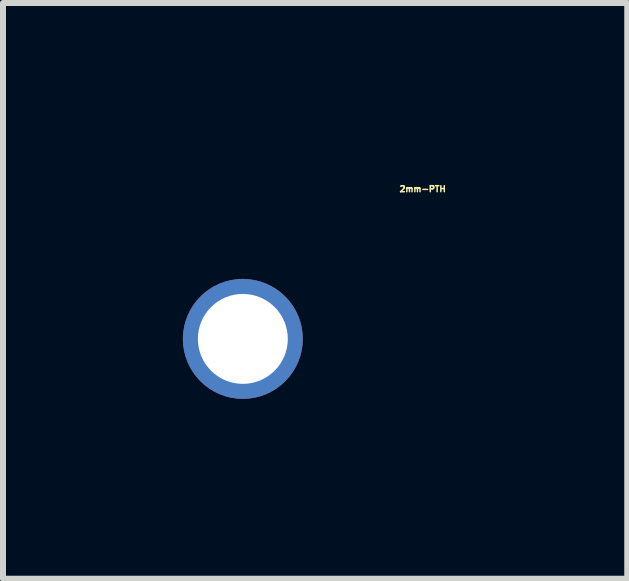
<source format=kicad_pcb>
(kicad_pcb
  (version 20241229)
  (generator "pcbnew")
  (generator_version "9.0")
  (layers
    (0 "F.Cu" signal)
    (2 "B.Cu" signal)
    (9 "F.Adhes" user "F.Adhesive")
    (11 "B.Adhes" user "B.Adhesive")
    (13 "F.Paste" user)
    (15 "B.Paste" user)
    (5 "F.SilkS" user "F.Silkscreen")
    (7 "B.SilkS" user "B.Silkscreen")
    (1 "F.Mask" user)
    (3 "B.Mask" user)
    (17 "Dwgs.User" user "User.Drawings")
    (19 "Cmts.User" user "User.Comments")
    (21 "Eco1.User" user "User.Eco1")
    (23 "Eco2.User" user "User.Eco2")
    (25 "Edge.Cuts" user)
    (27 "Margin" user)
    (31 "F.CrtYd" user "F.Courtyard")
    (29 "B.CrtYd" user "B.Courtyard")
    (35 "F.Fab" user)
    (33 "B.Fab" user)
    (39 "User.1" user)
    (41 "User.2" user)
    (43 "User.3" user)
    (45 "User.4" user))
  (footprint "2mm-PTH"
    (layer "F.Cu")
    (at 1 2.602)
    (property "Reference" "2mm-PTH" (at 3 -2.5 0) (layer "F.SilkS") (effects (font (size 0.1 0.1) (thickness 0.025))))
    (attr through_hole)
    (pad "1" thru_hole circle (at 0 0) (size 2 2) (drill 1.5) (layers "*.Cu" "*.Mask")))
  (gr_rect
    (start -3 -3)
    (end 7.411 6.602)
    (stroke (width 0.1) (type default))
    (fill no)
    (layer "Edge.Cuts")))
</source>
